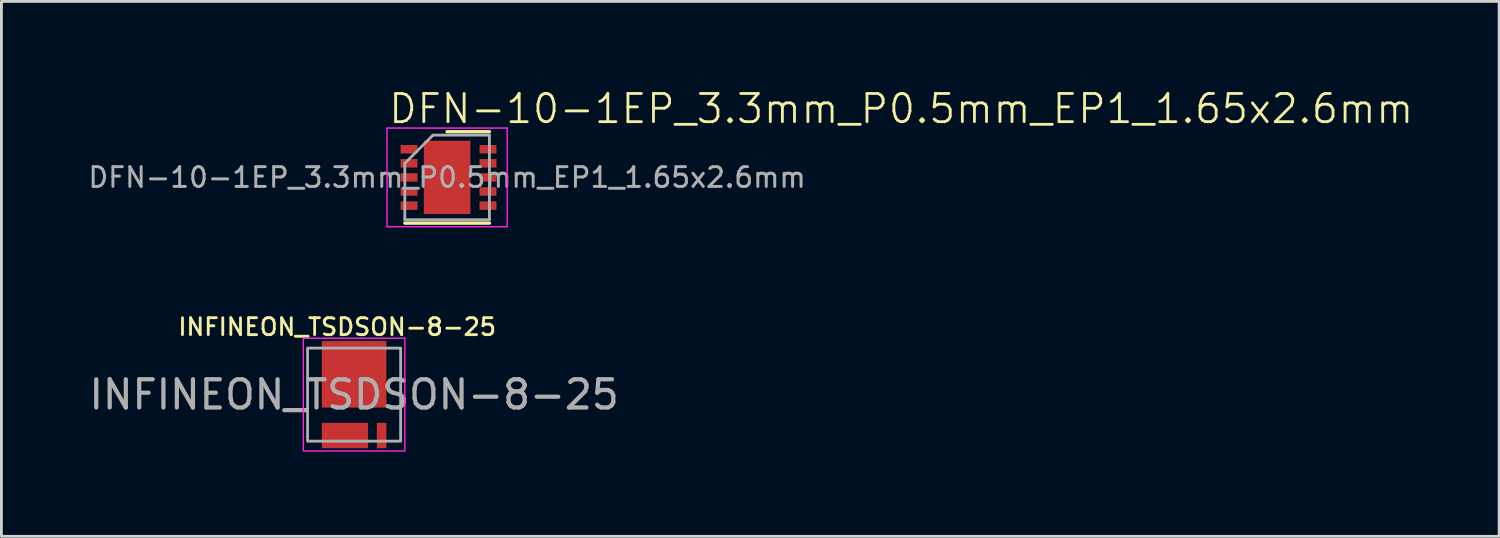
<source format=kicad_pcb>
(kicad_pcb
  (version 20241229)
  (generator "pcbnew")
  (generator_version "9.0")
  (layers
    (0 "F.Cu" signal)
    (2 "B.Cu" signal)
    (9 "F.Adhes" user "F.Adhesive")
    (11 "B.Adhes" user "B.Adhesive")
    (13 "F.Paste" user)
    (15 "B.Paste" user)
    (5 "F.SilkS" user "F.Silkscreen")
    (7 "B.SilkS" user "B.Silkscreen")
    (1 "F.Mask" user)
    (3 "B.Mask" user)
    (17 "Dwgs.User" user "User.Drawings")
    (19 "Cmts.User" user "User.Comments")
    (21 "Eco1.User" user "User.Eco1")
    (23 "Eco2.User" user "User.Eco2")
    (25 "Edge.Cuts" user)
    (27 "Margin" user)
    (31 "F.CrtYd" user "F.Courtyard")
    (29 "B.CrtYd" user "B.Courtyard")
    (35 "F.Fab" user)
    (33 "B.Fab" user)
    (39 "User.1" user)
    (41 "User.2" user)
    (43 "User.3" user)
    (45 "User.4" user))
  (footprint "DFN-10-1EP_3.3mm_P0.5mm_EP1_1.65x2.6mm"
    (layer "F.Cu")
    (at 12.804 3.241)
    (property "Reference" "DFN-10-1EP_3.3mm_P0.5mm_EP1_1.65x2.6mm" (at -2.13 -3.02 0) (unlocked yes) (layer "F.SilkS") (effects (font (size 1 1) (thickness 0.1)) (justify left top)))
    (attr smd)
    (fp_line (start -1.5 1.62) (end 1.5 1.62) (stroke (width 0.12) (type solid)) (layer "F.SilkS"))
    (fp_line (start 0 -1.62) (end 1.5 -1.62) (stroke (width 0.12) (type solid)) (layer "F.SilkS"))
    (fp_line (start -2.13 -1.75) (end -2.13 1.75) (stroke (width 0.05) (type solid)) (layer "F.CrtYd"))
    (fp_line (start -2.13 -1.75) (end 2.13 -1.75) (stroke (width 0.05) (type solid)) (layer "F.CrtYd"))
    (fp_line (start -2.13 1.75) (end 2.13 1.75) (stroke (width 0.05) (type solid)) (layer "F.CrtYd"))
    (fp_line (start 2.13 -1.75) (end 2.13 1.75) (stroke (width 0.05) (type solid)) (layer "F.CrtYd"))
    (fp_line (start -1.5 -0.5) (end -0.5 -1.5) (stroke (width 0.1) (type solid)) (layer "F.Fab"))
    (fp_line (start -1.5 1.5) (end -1.5 -0.5) (stroke (width 0.1) (type solid)) (layer "F.Fab"))
    (fp_line (start -0.5 -1.5) (end 1.5 -1.5) (stroke (width 0.1) (type solid)) (layer "F.Fab"))
    (fp_line (start 1.5 -1.5) (end 1.5 1.5) (stroke (width 0.1) (type solid)) (layer "F.Fab"))
    (fp_line (start 1.5 1.5) (end -1.5 1.5) (stroke (width 0.1) (type solid)) (layer "F.Fab"))
    (fp_text user "${REFERENCE}" (at 0 0 0) (layer "F.Fab") (effects (font (size 0.7 0.7) (thickness 0.105))))
    (pad "" smd rect (at -0.388 -0.62) (size 0.6 1.05) (layers "F.Paste"))
    (pad "" smd rect (at -0.388 0.62) (size 0.6 1.05) (layers "F.Paste"))
    (pad "" smd rect (at 0.388 -0.62) (size 0.6 1.05) (layers "F.Paste"))
    (pad "" smd rect (at 0.388 0.62) (size 0.6 1.05) (layers "F.Paste"))
    (pad "1" smd rect (at -1.35 -1 90) (size 0.3 0.6) (layers "F.Cu" "F.Mask" "F.Paste"))
    (pad "2" smd rect (at -1.35 -0.5 90) (size 0.3 0.6) (layers "F.Cu" "F.Mask" "F.Paste"))
    (pad "3" smd rect (at -1.35 0 90) (size 0.3 0.6) (layers "F.Cu" "F.Mask" "F.Paste"))
    (pad "4" smd rect (at -1.35 0.5 90) (size 0.3 0.6) (layers "F.Cu" "F.Mask" "F.Paste"))
    (pad "5" smd rect (at -1.35 1 90) (size 0.3 0.6) (layers "F.Cu" "F.Mask" "F.Paste"))
    (pad "6" smd rect (at 1.45 1 90) (size 0.3 0.6) (layers "F.Cu" "F.Mask" "F.Paste"))
    (pad "7" smd rect (at 1.45 0.5 90) (size 0.3 0.6) (layers "F.Cu" "F.Mask" "F.Paste"))
    (pad "8" smd rect (at 1.45 0 90) (size 0.3 0.6) (layers "F.Cu" "F.Mask" "F.Paste"))
    (pad "9" smd rect (at 1.45 -0.5 90) (size 0.3 0.6) (layers "F.Cu" "F.Mask" "F.Paste"))
    (pad "10" smd rect (at 1.45 -1 90) (size 0.3 0.6) (layers "F.Cu" "F.Mask" "F.Paste"))
    (pad "11" smd rect (at 0 0) (size 1.65 2.6) (layers "F.Cu" "F.Mask")))
  (footprint "INFINEON_TSDSON-8-25"
    (layer "F.Cu")
    (at 9.506 10.943)
    (property "Reference" "INFINEON_TSDSON-8-25" (at -0.6 -2.4 0) (unlocked yes) (layer "F.SilkS") (effects (font (size 0.6 0.6) (thickness 0.1))))
    (attr smd)
    (fp_rect (start -1.145 -1.9) (end -0.805 -1.25) (stroke (width 0) (type solid)) (fill yes) (layer "F.Mask"))
    (fp_rect (start -1.145 -1.25) (end 1.145 0.46) (stroke (width 0) (type solid)) (fill yes) (layer "F.Mask"))
    (fp_rect (start -1.145 1) (end 0.495 1.45) (stroke (width 0) (type solid)) (fill yes) (layer "F.Mask"))
    (fp_rect (start -1.145 1.45) (end -0.805 1.9) (stroke (width 0) (type solid)) (fill yes) (layer "F.Mask"))
    (fp_rect (start -0.495 -1.9) (end -0.155 -1.25) (stroke (width 0) (type solid)) (fill yes) (layer "F.Mask"))
    (fp_rect (start -0.495 1.45) (end -0.155 1.9) (stroke (width 0) (type solid)) (fill yes) (layer "F.Mask"))
    (fp_rect (start 0.155 1.45) (end 0.495 1.9) (stroke (width 0) (type solid)) (fill yes) (layer "F.Mask"))
    (fp_rect (start 0.495 -1.9) (end 0.155 -1.25) (stroke (width 0) (type solid)) (fill yes) (layer "F.Mask"))
    (fp_rect (start 0.805 -1.9) (end 1.145 -1.25) (stroke (width 0) (type solid)) (fill yes) (layer "F.Mask"))
    (fp_rect (start -1.095 -1.25) (end -0.855 -1.85) (stroke (width 0) (type solid)) (fill yes) (layer "F.Paste"))
    (fp_rect (start -1.095 -1.05) (end -0.855 0.35) (stroke (width 0) (type solid)) (fill yes) (layer "F.Paste"))
    (fp_rect (start -1.095 1.4) (end -0.427 1.05) (stroke (width 0) (type solid)) (fill yes) (layer "F.Paste"))
    (fp_rect (start -1.095 1.55) (end -0.855 1.85) (stroke (width 0) (type solid)) (fill yes) (layer "F.Paste"))
    (fp_rect (start -0.545 0.35) (end 0.545 -1.06) (stroke (width 0) (type solid)) (fill yes) (layer "F.Paste"))
    (fp_rect (start -0.445 -1.25) (end -0.205 -1.85) (stroke (width 0) (type solid)) (fill yes) (layer "F.Paste"))
    (fp_rect (start -0.445 1.55) (end -0.205 1.85) (stroke (width 0) (type solid)) (fill yes) (layer "F.Paste"))
    (fp_rect (start 0.205 -1.25) (end 0.445 -1.85) (stroke (width 0) (type solid)) (fill yes) (layer "F.Paste"))
    (fp_rect (start 0.205 1.55) (end 0.445 1.85) (stroke (width 0) (type solid)) (fill yes) (layer "F.Paste"))
    (fp_rect (start 0.444 1.4) (end -0.224 1.05) (stroke (width 0) (type solid)) (fill yes) (layer "F.Paste"))
    (fp_rect (start 1.095 -1.25) (end 0.855 -1.85) (stroke (width 0) (type solid)) (fill yes) (layer "F.Paste"))
    (fp_rect (start 1.095 -1.05) (end 0.855 0.35) (stroke (width 0) (type solid)) (fill yes) (layer "F.Paste"))
    (fp_rect (start 1.095 1.15) (end 0.855 1.85) (stroke (width 0) (type solid)) (fill yes) (layer "F.Paste"))
    (fp_rect (start -1.8 -2) (end 1.8 2) (stroke (width 0.05) (type default)) (fill no) (layer "F.CrtYd"))
    (fp_rect (start 1.65 1.65) (end -1.65 -1.65) (stroke (width 0.1) (type default)) (fill no) (layer "F.Fab"))
    (fp_text user "${REFERENCE}" (at 0 0 0) (unlocked yes) (layer "F.Fab") (effects (font (size 1 1) (thickness 0.15))))
    (pad "1" smd rect (at -0.325 1.45) (size 1.64 0.9) (layers "F.Cu"))
    (pad "4" smd rect (at 0.975 1.45) (size 0.34 0.9) (layers "F.Cu" "F.Mask"))
    (pad "5" smd rect (at 0 -0.72) (size 2.29 2.36) (layers "F.Cu")))
  (gr_rect
    (start -3 -3)
    (end 50.107 15.967)
    (stroke (width 0.1) (type default))
    (fill no)
    (layer "Edge.Cuts")))
</source>
